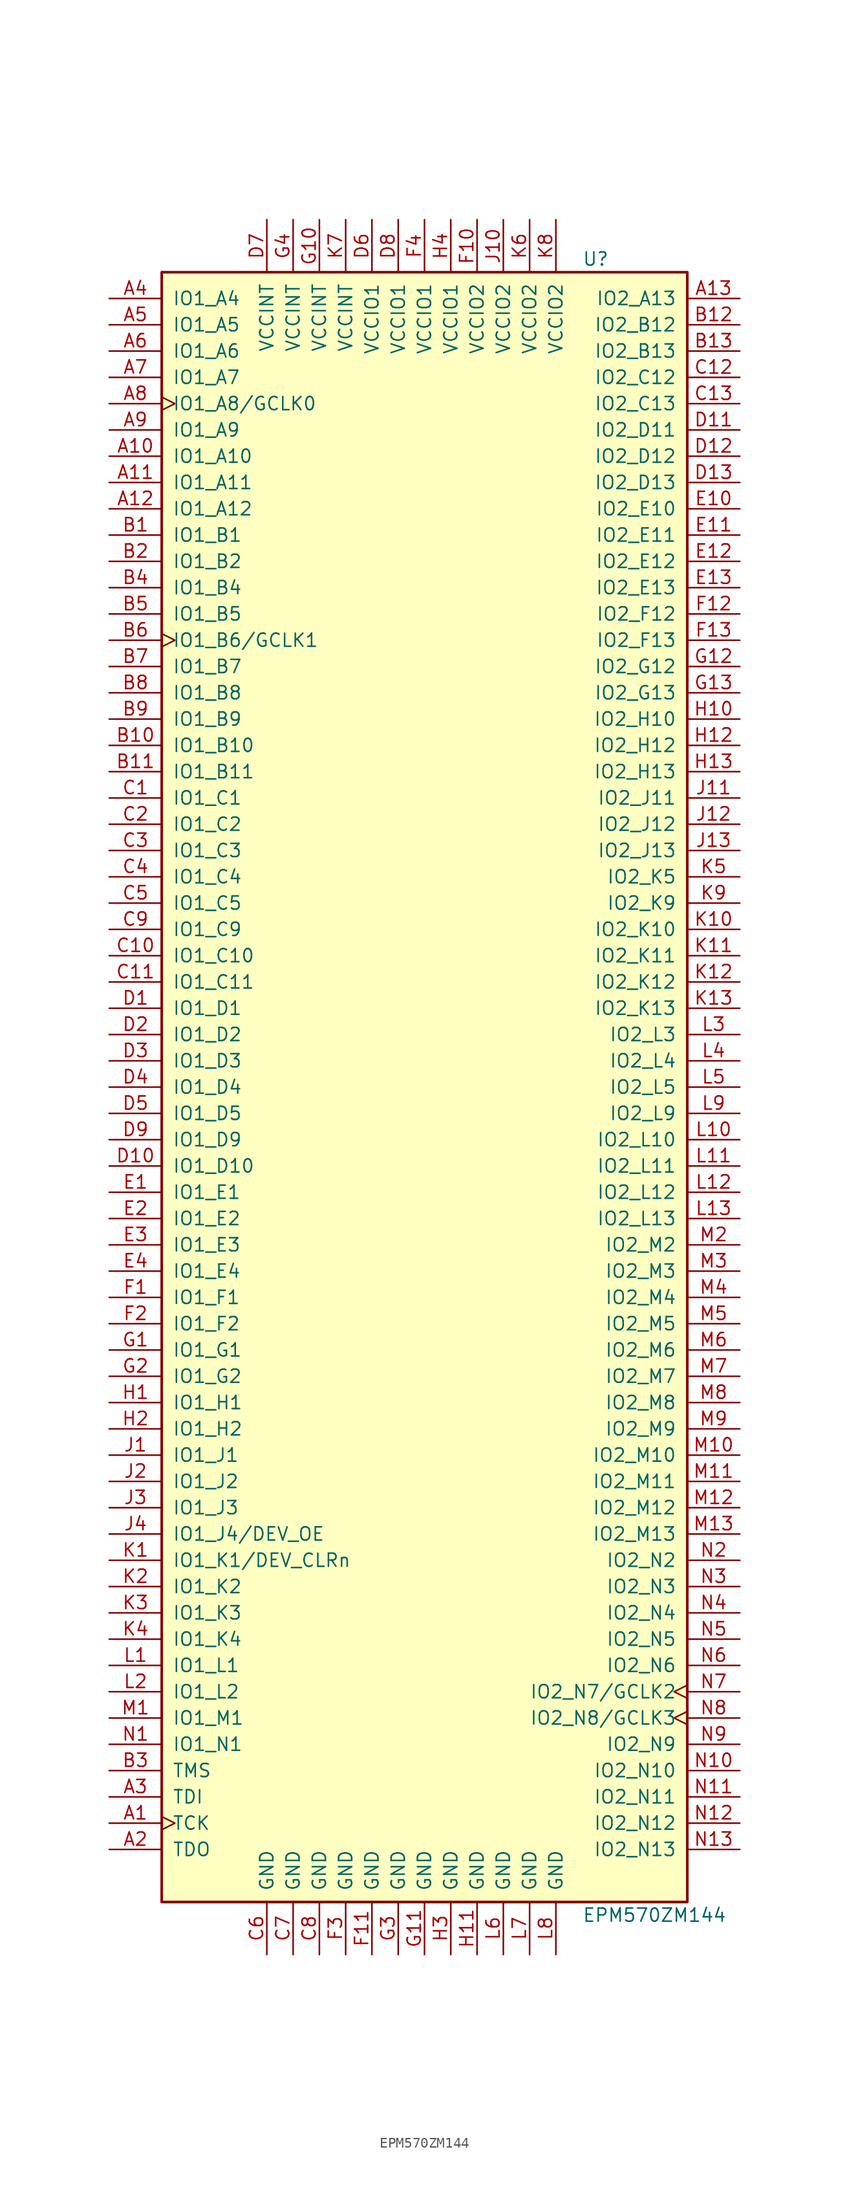
<source format=kicad_sym>
(kicad_symbol_lib
  (version 20241209)
  (generator "kicad_symbol_editor")
  (generator_version "9.0")
  (symbol "EPM570ZM144"
    (pin_names
      (offset 1.016))
    (property "Reference" "U"
      (at 15.24 80.01 0)
      (effects (font (size 1.27 1.27)) (justify left)))
    (property "Value" "EPM570ZM144"
      (at 15.24 -80.01 0)
      (effects (font (size 1.27 1.27)) (justify left)))
    (property "ki_locked" ""
      (at 0 0 0)
      (effects (font (size 1.27 1.27))))
    (symbol "EPM570ZM144_1_1"
      (rectangle (start -25.4 78.74) (end 25.4 -78.74) (stroke (width 0.254) (type default)) (fill (type background)))
      (pin bidirectional line (at -30.48 76.2 0) (length 5.08) (name "IO1_A4" (effects (font (size 1.27 1.27)))) (number "A4" (effects (font (size 1.27 1.27)))))
      (pin bidirectional line (at -30.48 73.66 0) (length 5.08) (name "IO1_A5" (effects (font (size 1.27 1.27)))) (number "A5" (effects (font (size 1.27 1.27)))))
      (pin bidirectional line (at -30.48 71.12 0) (length 5.08) (name "IO1_A6" (effects (font (size 1.27 1.27)))) (number "A6" (effects (font (size 1.27 1.27)))))
      (pin bidirectional line (at -30.48 68.58 0) (length 5.08) (name "IO1_A7" (effects (font (size 1.27 1.27)))) (number "A7" (effects (font (size 1.27 1.27)))))
      (pin bidirectional clock (at -30.48 66.04 0) (length 5.08) (name "IO1_A8/GCLK0" (effects (font (size 1.27 1.27)))) (number "A8" (effects (font (size 1.27 1.27)))))
      (pin bidirectional line (at -30.48 63.5 0) (length 5.08) (name "IO1_A9" (effects (font (size 1.27 1.27)))) (number "A9" (effects (font (size 1.27 1.27)))))
      (pin bidirectional line (at -30.48 60.96 0) (length 5.08) (name "IO1_A10" (effects (font (size 1.27 1.27)))) (number "A10" (effects (font (size 1.27 1.27)))))
      (pin bidirectional line (at -30.48 58.42 0) (length 5.08) (name "IO1_A11" (effects (font (size 1.27 1.27)))) (number "A11" (effects (font (size 1.27 1.27)))))
      (pin bidirectional line (at -30.48 55.88 0) (length 5.08) (name "IO1_A12" (effects (font (size 1.27 1.27)))) (number "A12" (effects (font (size 1.27 1.27)))))
      (pin bidirectional line (at -30.48 53.34 0) (length 5.08) (name "IO1_B1" (effects (font (size 1.27 1.27)))) (number "B1" (effects (font (size 1.27 1.27)))))
      (pin bidirectional line (at -30.48 50.8 0) (length 5.08) (name "IO1_B2" (effects (font (size 1.27 1.27)))) (number "B2" (effects (font (size 1.27 1.27)))))
      (pin bidirectional line (at -30.48 48.26 0) (length 5.08) (name "IO1_B4" (effects (font (size 1.27 1.27)))) (number "B4" (effects (font (size 1.27 1.27)))))
      (pin bidirectional line (at -30.48 45.72 0) (length 5.08) (name "IO1_B5" (effects (font (size 1.27 1.27)))) (number "B5" (effects (font (size 1.27 1.27)))))
      (pin bidirectional clock (at -30.48 43.18 0) (length 5.08) (name "IO1_B6/GCLK1" (effects (font (size 1.27 1.27)))) (number "B6" (effects (font (size 1.27 1.27)))))
      (pin bidirectional line (at -30.48 40.64 0) (length 5.08) (name "IO1_B7" (effects (font (size 1.27 1.27)))) (number "B7" (effects (font (size 1.27 1.27)))))
      (pin bidirectional line (at -30.48 38.1 0) (length 5.08) (name "IO1_B8" (effects (font (size 1.27 1.27)))) (number "B8" (effects (font (size 1.27 1.27)))))
      (pin bidirectional line (at -30.48 35.56 0) (length 5.08) (name "IO1_B9" (effects (font (size 1.27 1.27)))) (number "B9" (effects (font (size 1.27 1.27)))))
      (pin bidirectional line (at -30.48 33.02 0) (length 5.08) (name "IO1_B10" (effects (font (size 1.27 1.27)))) (number "B10" (effects (font (size 1.27 1.27)))))
      (pin bidirectional line (at -30.48 30.48 0) (length 5.08) (name "IO1_B11" (effects (font (size 1.27 1.27)))) (number "B11" (effects (font (size 1.27 1.27)))))
      (pin bidirectional line (at -30.48 27.94 0) (length 5.08) (name "IO1_C1" (effects (font (size 1.27 1.27)))) (number "C1" (effects (font (size 1.27 1.27)))))
      (pin bidirectional line (at -30.48 25.4 0) (length 5.08) (name "IO1_C2" (effects (font (size 1.27 1.27)))) (number "C2" (effects (font (size 1.27 1.27)))))
      (pin bidirectional line (at -30.48 22.86 0) (length 5.08) (name "IO1_C3" (effects (font (size 1.27 1.27)))) (number "C3" (effects (font (size 1.27 1.27)))))
      (pin bidirectional line (at -30.48 20.32 0) (length 5.08) (name "IO1_C4" (effects (font (size 1.27 1.27)))) (number "C4" (effects (font (size 1.27 1.27)))))
      (pin bidirectional line (at -30.48 17.78 0) (length 5.08) (name "IO1_C5" (effects (font (size 1.27 1.27)))) (number "C5" (effects (font (size 1.27 1.27)))))
      (pin bidirectional line (at -30.48 15.24 0) (length 5.08) (name "IO1_C9" (effects (font (size 1.27 1.27)))) (number "C9" (effects (font (size 1.27 1.27)))))
      (pin bidirectional line (at -30.48 12.7 0) (length 5.08) (name "IO1_C10" (effects (font (size 1.27 1.27)))) (number "C10" (effects (font (size 1.27 1.27)))))
      (pin bidirectional line (at -30.48 10.16 0) (length 5.08) (name "IO1_C11" (effects (font (size 1.27 1.27)))) (number "C11" (effects (font (size 1.27 1.27)))))
      (pin bidirectional line (at -30.48 7.62 0) (length 5.08) (name "IO1_D1" (effects (font (size 1.27 1.27)))) (number "D1" (effects (font (size 1.27 1.27)))))
      (pin bidirectional line (at -30.48 5.08 0) (length 5.08) (name "IO1_D2" (effects (font (size 1.27 1.27)))) (number "D2" (effects (font (size 1.27 1.27)))))
      (pin bidirectional line (at -30.48 2.54 0) (length 5.08) (name "IO1_D3" (effects (font (size 1.27 1.27)))) (number "D3" (effects (font (size 1.27 1.27)))))
      (pin bidirectional line (at -30.48 0 0) (length 5.08) (name "IO1_D4" (effects (font (size 1.27 1.27)))) (number "D4" (effects (font (size 1.27 1.27)))))
      (pin bidirectional line (at -30.48 -2.54 0) (length 5.08) (name "IO1_D5" (effects (font (size 1.27 1.27)))) (number "D5" (effects (font (size 1.27 1.27)))))
      (pin bidirectional line (at -30.48 -5.08 0) (length 5.08) (name "IO1_D9" (effects (font (size 1.27 1.27)))) (number "D9" (effects (font (size 1.27 1.27)))))
      (pin bidirectional line (at -30.48 -7.62 0) (length 5.08) (name "IO1_D10" (effects (font (size 1.27 1.27)))) (number "D10" (effects (font (size 1.27 1.27)))))
      (pin bidirectional line (at -30.48 -10.16 0) (length 5.08) (name "IO1_E1" (effects (font (size 1.27 1.27)))) (number "E1" (effects (font (size 1.27 1.27)))))
      (pin bidirectional line (at -30.48 -12.7 0) (length 5.08) (name "IO1_E2" (effects (font (size 1.27 1.27)))) (number "E2" (effects (font (size 1.27 1.27)))))
      (pin bidirectional line (at -30.48 -15.24 0) (length 5.08) (name "IO1_E3" (effects (font (size 1.27 1.27)))) (number "E3" (effects (font (size 1.27 1.27)))))
      (pin bidirectional line (at -30.48 -17.78 0) (length 5.08) (name "IO1_E4" (effects (font (size 1.27 1.27)))) (number "E4" (effects (font (size 1.27 1.27)))))
      (pin bidirectional line (at -30.48 -20.32 0) (length 5.08) (name "IO1_F1" (effects (font (size 1.27 1.27)))) (number "F1" (effects (font (size 1.27 1.27)))))
      (pin bidirectional line (at -30.48 -22.86 0) (length 5.08) (name "IO1_F2" (effects (font (size 1.27 1.27)))) (number "F2" (effects (font (size 1.27 1.27)))))
      (pin bidirectional line (at -30.48 -25.4 0) (length 5.08) (name "IO1_G1" (effects (font (size 1.27 1.27)))) (number "G1" (effects (font (size 1.27 1.27)))))
      (pin bidirectional line (at -30.48 -27.94 0) (length 5.08) (name "IO1_G2" (effects (font (size 1.27 1.27)))) (number "G2" (effects (font (size 1.27 1.27)))))
      (pin bidirectional line (at -30.48 -30.48 0) (length 5.08) (name "IO1_H1" (effects (font (size 1.27 1.27)))) (number "H1" (effects (font (size 1.27 1.27)))))
      (pin bidirectional line (at -30.48 -33.02 0) (length 5.08) (name "IO1_H2" (effects (font (size 1.27 1.27)))) (number "H2" (effects (font (size 1.27 1.27)))))
      (pin bidirectional line (at -30.48 -35.56 0) (length 5.08) (name "IO1_J1" (effects (font (size 1.27 1.27)))) (number "J1" (effects (font (size 1.27 1.27)))))
      (pin bidirectional line (at -30.48 -38.1 0) (length 5.08) (name "IO1_J2" (effects (font (size 1.27 1.27)))) (number "J2" (effects (font (size 1.27 1.27)))))
      (pin bidirectional line (at -30.48 -40.64 0) (length 5.08) (name "IO1_J3" (effects (font (size 1.27 1.27)))) (number "J3" (effects (font (size 1.27 1.27)))))
      (pin bidirectional line (at -30.48 -43.18 0) (length 5.08) (name "IO1_J4/DEV_OE" (effects (font (size 1.27 1.27)))) (number "J4" (effects (font (size 1.27 1.27)))))
      (pin bidirectional line (at -30.48 -45.72 0) (length 5.08) (name "IO1_K1/DEV_CLRn" (effects (font (size 1.27 1.27)))) (number "K1" (effects (font (size 1.27 1.27)))))
      (pin bidirectional line (at -30.48 -48.26 0) (length 5.08) (name "IO1_K2" (effects (font (size 1.27 1.27)))) (number "K2" (effects (font (size 1.27 1.27)))))
      (pin bidirectional line (at -30.48 -50.8 0) (length 5.08) (name "IO1_K3" (effects (font (size 1.27 1.27)))) (number "K3" (effects (font (size 1.27 1.27)))))
      (pin bidirectional line (at -30.48 -53.34 0) (length 5.08) (name "IO1_K4" (effects (font (size 1.27 1.27)))) (number "K4" (effects (font (size 1.27 1.27)))))
      (pin bidirectional line (at -30.48 -55.88 0) (length 5.08) (name "IO1_L1" (effects (font (size 1.27 1.27)))) (number "L1" (effects (font (size 1.27 1.27)))))
      (pin bidirectional line (at -30.48 -58.42 0) (length 5.08) (name "IO1_L2" (effects (font (size 1.27 1.27)))) (number "L2" (effects (font (size 1.27 1.27)))))
      (pin bidirectional line (at -30.48 -60.96 0) (length 5.08) (name "IO1_M1" (effects (font (size 1.27 1.27)))) (number "M1" (effects (font (size 1.27 1.27)))))
      (pin bidirectional line (at -30.48 -63.5 0) (length 5.08) (name "IO1_N1" (effects (font (size 1.27 1.27)))) (number "N1" (effects (font (size 1.27 1.27)))))
      (pin input line (at -30.48 -66.04 0) (length 5.08) (name "TMS" (effects (font (size 1.27 1.27)))) (number "B3" (effects (font (size 1.27 1.27)))))
      (pin input line (at -30.48 -68.58 0) (length 5.08) (name "TDI" (effects (font (size 1.27 1.27)))) (number "A3" (effects (font (size 1.27 1.27)))))
      (pin input clock (at -30.48 -71.12 0) (length 5.08) (name "TCK" (effects (font (size 1.27 1.27)))) (number "A1" (effects (font (size 1.27 1.27)))))
      (pin output line (at -30.48 -73.66 0) (length 5.08) (name "TDO" (effects (font (size 1.27 1.27)))) (number "A2" (effects (font (size 1.27 1.27)))))
      (pin power_in line (at -15.24 83.82 270) (length 5.08) (name "VCCINT" (effects (font (size 1.27 1.27)))) (number "D7" (effects (font (size 1.27 1.27)))))
      (pin power_in line (at -15.24 -83.82 90) (length 5.08) (name "GND" (effects (font (size 1.27 1.27)))) (number "C6" (effects (font (size 1.27 1.27)))))
      (pin power_in line (at -12.7 83.82 270) (length 5.08) (name "VCCINT" (effects (font (size 1.27 1.27)))) (number "G4" (effects (font (size 1.27 1.27)))))
      (pin power_in line (at -12.7 -83.82 90) (length 5.08) (name "GND" (effects (font (size 1.27 1.27)))) (number "C7" (effects (font (size 1.27 1.27)))))
      (pin power_in line (at -10.16 83.82 270) (length 5.08) (name "VCCINT" (effects (font (size 1.27 1.27)))) (number "G10" (effects (font (size 1.27 1.27)))))
      (pin power_in line (at -10.16 -83.82 90) (length 5.08) (name "GND" (effects (font (size 1.27 1.27)))) (number "C8" (effects (font (size 1.27 1.27)))))
      (pin power_in line (at -7.62 83.82 270) (length 5.08) (name "VCCINT" (effects (font (size 1.27 1.27)))) (number "K7" (effects (font (size 1.27 1.27)))))
      (pin power_in line (at -7.62 -83.82 90) (length 5.08) (name "GND" (effects (font (size 1.27 1.27)))) (number "F3" (effects (font (size 1.27 1.27)))))
      (pin power_in line (at -5.08 83.82 270) (length 5.08) (name "VCCIO1" (effects (font (size 1.27 1.27)))) (number "D6" (effects (font (size 1.27 1.27)))))
      (pin power_in line (at -5.08 -83.82 90) (length 5.08) (name "GND" (effects (font (size 1.27 1.27)))) (number "F11" (effects (font (size 1.27 1.27)))))
      (pin power_in line (at -2.54 83.82 270) (length 5.08) (name "VCCIO1" (effects (font (size 1.27 1.27)))) (number "D8" (effects (font (size 1.27 1.27)))))
      (pin power_in line (at -2.54 -83.82 90) (length 5.08) (name "GND" (effects (font (size 1.27 1.27)))) (number "G3" (effects (font (size 1.27 1.27)))))
      (pin power_in line (at 0 83.82 270) (length 5.08) (name "VCCIO1" (effects (font (size 1.27 1.27)))) (number "F4" (effects (font (size 1.27 1.27)))))
      (pin power_in line (at 0 -83.82 90) (length 5.08) (name "GND" (effects (font (size 1.27 1.27)))) (number "G11" (effects (font (size 1.27 1.27)))))
      (pin power_in line (at 2.54 83.82 270) (length 5.08) (name "VCCIO1" (effects (font (size 1.27 1.27)))) (number "H4" (effects (font (size 1.27 1.27)))))
      (pin power_in line (at 2.54 -83.82 90) (length 5.08) (name "GND" (effects (font (size 1.27 1.27)))) (number "H3" (effects (font (size 1.27 1.27)))))
      (pin power_in line (at 5.08 83.82 270) (length 5.08) (name "VCCIO2" (effects (font (size 1.27 1.27)))) (number "F10" (effects (font (size 1.27 1.27)))))
      (pin power_in line (at 5.08 -83.82 90) (length 5.08) (name "GND" (effects (font (size 1.27 1.27)))) (number "H11" (effects (font (size 1.27 1.27)))))
      (pin power_in line (at 7.62 83.82 270) (length 5.08) (name "VCCIO2" (effects (font (size 1.27 1.27)))) (number "J10" (effects (font (size 1.27 1.27)))))
      (pin power_in line (at 7.62 -83.82 90) (length 5.08) (name "GND" (effects (font (size 1.27 1.27)))) (number "L6" (effects (font (size 1.27 1.27)))))
      (pin power_in line (at 10.16 83.82 270) (length 5.08) (name "VCCIO2" (effects (font (size 1.27 1.27)))) (number "K6" (effects (font (size 1.27 1.27)))))
      (pin power_in line (at 10.16 -83.82 90) (length 5.08) (name "GND" (effects (font (size 1.27 1.27)))) (number "L7" (effects (font (size 1.27 1.27)))))
      (pin power_in line (at 12.7 83.82 270) (length 5.08) (name "VCCIO2" (effects (font (size 1.27 1.27)))) (number "K8" (effects (font (size 1.27 1.27)))))
      (pin power_in line (at 12.7 -83.82 90) (length 5.08) (name "GND" (effects (font (size 1.27 1.27)))) (number "L8" (effects (font (size 1.27 1.27)))))
      (pin bidirectional line (at 30.48 76.2 180) (length 5.08) (name "IO2_A13" (effects (font (size 1.27 1.27)))) (number "A13" (effects (font (size 1.27 1.27)))))
      (pin bidirectional line (at 30.48 73.66 180) (length 5.08) (name "IO2_B12" (effects (font (size 1.27 1.27)))) (number "B12" (effects (font (size 1.27 1.27)))))
      (pin bidirectional line (at 30.48 71.12 180) (length 5.08) (name "IO2_B13" (effects (font (size 1.27 1.27)))) (number "B13" (effects (font (size 1.27 1.27)))))
      (pin bidirectional line (at 30.48 68.58 180) (length 5.08) (name "IO2_C12" (effects (font (size 1.27 1.27)))) (number "C12" (effects (font (size 1.27 1.27)))))
      (pin bidirectional line (at 30.48 66.04 180) (length 5.08) (name "IO2_C13" (effects (font (size 1.27 1.27)))) (number "C13" (effects (font (size 1.27 1.27)))))
      (pin bidirectional line (at 30.48 63.5 180) (length 5.08) (name "IO2_D11" (effects (font (size 1.27 1.27)))) (number "D11" (effects (font (size 1.27 1.27)))))
      (pin bidirectional line (at 30.48 60.96 180) (length 5.08) (name "IO2_D12" (effects (font (size 1.27 1.27)))) (number "D12" (effects (font (size 1.27 1.27)))))
      (pin bidirectional line (at 30.48 58.42 180) (length 5.08) (name "IO2_D13" (effects (font (size 1.27 1.27)))) (number "D13" (effects (font (size 1.27 1.27)))))
      (pin bidirectional line (at 30.48 55.88 180) (length 5.08) (name "IO2_E10" (effects (font (size 1.27 1.27)))) (number "E10" (effects (font (size 1.27 1.27)))))
      (pin bidirectional line (at 30.48 53.34 180) (length 5.08) (name "IO2_E11" (effects (font (size 1.27 1.27)))) (number "E11" (effects (font (size 1.27 1.27)))))
      (pin bidirectional line (at 30.48 50.8 180) (length 5.08) (name "IO2_E12" (effects (font (size 1.27 1.27)))) (number "E12" (effects (font (size 1.27 1.27)))))
      (pin bidirectional line (at 30.48 48.26 180) (length 5.08) (name "IO2_E13" (effects (font (size 1.27 1.27)))) (number "E13" (effects (font (size 1.27 1.27)))))
      (pin bidirectional line (at 30.48 45.72 180) (length 5.08) (name "IO2_F12" (effects (font (size 1.27 1.27)))) (number "F12" (effects (font (size 1.27 1.27)))))
      (pin bidirectional line (at 30.48 43.18 180) (length 5.08) (name "IO2_F13" (effects (font (size 1.27 1.27)))) (number "F13" (effects (font (size 1.27 1.27)))))
      (pin bidirectional line (at 30.48 40.64 180) (length 5.08) (name "IO2_G12" (effects (font (size 1.27 1.27)))) (number "G12" (effects (font (size 1.27 1.27)))))
      (pin bidirectional line (at 30.48 38.1 180) (length 5.08) (name "IO2_G13" (effects (font (size 1.27 1.27)))) (number "G13" (effects (font (size 1.27 1.27)))))
      (pin bidirectional line (at 30.48 35.56 180) (length 5.08) (name "IO2_H10" (effects (font (size 1.27 1.27)))) (number "H10" (effects (font (size 1.27 1.27)))))
      (pin bidirectional line (at 30.48 33.02 180) (length 5.08) (name "IO2_H12" (effects (font (size 1.27 1.27)))) (number "H12" (effects (font (size 1.27 1.27)))))
      (pin bidirectional line (at 30.48 30.48 180) (length 5.08) (name "IO2_H13" (effects (font (size 1.27 1.27)))) (number "H13" (effects (font (size 1.27 1.27)))))
      (pin bidirectional line (at 30.48 27.94 180) (length 5.08) (name "IO2_J11" (effects (font (size 1.27 1.27)))) (number "J11" (effects (font (size 1.27 1.27)))))
      (pin bidirectional line (at 30.48 25.4 180) (length 5.08) (name "IO2_J12" (effects (font (size 1.27 1.27)))) (number "J12" (effects (font (size 1.27 1.27)))))
      (pin bidirectional line (at 30.48 22.86 180) (length 5.08) (name "IO2_J13" (effects (font (size 1.27 1.27)))) (number "J13" (effects (font (size 1.27 1.27)))))
      (pin bidirectional line (at 30.48 20.32 180) (length 5.08) (name "IO2_K5" (effects (font (size 1.27 1.27)))) (number "K5" (effects (font (size 1.27 1.27)))))
      (pin bidirectional line (at 30.48 17.78 180) (length 5.08) (name "IO2_K9" (effects (font (size 1.27 1.27)))) (number "K9" (effects (font (size 1.27 1.27)))))
      (pin bidirectional line (at 30.48 15.24 180) (length 5.08) (name "IO2_K10" (effects (font (size 1.27 1.27)))) (number "K10" (effects (font (size 1.27 1.27)))))
      (pin bidirectional line (at 30.48 12.7 180) (length 5.08) (name "IO2_K11" (effects (font (size 1.27 1.27)))) (number "K11" (effects (font (size 1.27 1.27)))))
      (pin bidirectional line (at 30.48 10.16 180) (length 5.08) (name "IO2_K12" (effects (font (size 1.27 1.27)))) (number "K12" (effects (font (size 1.27 1.27)))))
      (pin bidirectional line (at 30.48 7.62 180) (length 5.08) (name "IO2_K13" (effects (font (size 1.27 1.27)))) (number "K13" (effects (font (size 1.27 1.27)))))
      (pin bidirectional line (at 30.48 5.08 180) (length 5.08) (name "IO2_L3" (effects (font (size 1.27 1.27)))) (number "L3" (effects (font (size 1.27 1.27)))))
      (pin bidirectional line (at 30.48 2.54 180) (length 5.08) (name "IO2_L4" (effects (font (size 1.27 1.27)))) (number "L4" (effects (font (size 1.27 1.27)))))
      (pin bidirectional line (at 30.48 0 180) (length 5.08) (name "IO2_L5" (effects (font (size 1.27 1.27)))) (number "L5" (effects (font (size 1.27 1.27)))))
      (pin bidirectional line (at 30.48 -2.54 180) (length 5.08) (name "IO2_L9" (effects (font (size 1.27 1.27)))) (number "L9" (effects (font (size 1.27 1.27)))))
      (pin bidirectional line (at 30.48 -5.08 180) (length 5.08) (name "IO2_L10" (effects (font (size 1.27 1.27)))) (number "L10" (effects (font (size 1.27 1.27)))))
      (pin bidirectional line (at 30.48 -7.62 180) (length 5.08) (name "IO2_L11" (effects (font (size 1.27 1.27)))) (number "L11" (effects (font (size 1.27 1.27)))))
      (pin bidirectional line (at 30.48 -10.16 180) (length 5.08) (name "IO2_L12" (effects (font (size 1.27 1.27)))) (number "L12" (effects (font (size 1.27 1.27)))))
      (pin bidirectional line (at 30.48 -12.7 180) (length 5.08) (name "IO2_L13" (effects (font (size 1.27 1.27)))) (number "L13" (effects (font (size 1.27 1.27)))))
      (pin bidirectional line (at 30.48 -15.24 180) (length 5.08) (name "IO2_M2" (effects (font (size 1.27 1.27)))) (number "M2" (effects (font (size 1.27 1.27)))))
      (pin bidirectional line (at 30.48 -17.78 180) (length 5.08) (name "IO2_M3" (effects (font (size 1.27 1.27)))) (number "M3" (effects (font (size 1.27 1.27)))))
      (pin bidirectional line (at 30.48 -20.32 180) (length 5.08) (name "IO2_M4" (effects (font (size 1.27 1.27)))) (number "M4" (effects (font (size 1.27 1.27)))))
      (pin bidirectional line (at 30.48 -22.86 180) (length 5.08) (name "IO2_M5" (effects (font (size 1.27 1.27)))) (number "M5" (effects (font (size 1.27 1.27)))))
      (pin bidirectional line (at 30.48 -25.4 180) (length 5.08) (name "IO2_M6" (effects (font (size 1.27 1.27)))) (number "M6" (effects (font (size 1.27 1.27)))))
      (pin bidirectional line (at 30.48 -27.94 180) (length 5.08) (name "IO2_M7" (effects (font (size 1.27 1.27)))) (number "M7" (effects (font (size 1.27 1.27)))))
      (pin bidirectional line (at 30.48 -30.48 180) (length 5.08) (name "IO2_M8" (effects (font (size 1.27 1.27)))) (number "M8" (effects (font (size 1.27 1.27)))))
      (pin bidirectional line (at 30.48 -33.02 180) (length 5.08) (name "IO2_M9" (effects (font (size 1.27 1.27)))) (number "M9" (effects (font (size 1.27 1.27)))))
      (pin bidirectional line (at 30.48 -35.56 180) (length 5.08) (name "IO2_M10" (effects (font (size 1.27 1.27)))) (number "M10" (effects (font (size 1.27 1.27)))))
      (pin bidirectional line (at 30.48 -38.1 180) (length 5.08) (name "IO2_M11" (effects (font (size 1.27 1.27)))) (number "M11" (effects (font (size 1.27 1.27)))))
      (pin bidirectional line (at 30.48 -40.64 180) (length 5.08) (name "IO2_M12" (effects (font (size 1.27 1.27)))) (number "M12" (effects (font (size 1.27 1.27)))))
      (pin bidirectional line (at 30.48 -43.18 180) (length 5.08) (name "IO2_M13" (effects (font (size 1.27 1.27)))) (number "M13" (effects (font (size 1.27 1.27)))))
      (pin bidirectional line (at 30.48 -45.72 180) (length 5.08) (name "IO2_N2" (effects (font (size 1.27 1.27)))) (number "N2" (effects (font (size 1.27 1.27)))))
      (pin bidirectional line (at 30.48 -48.26 180) (length 5.08) (name "IO2_N3" (effects (font (size 1.27 1.27)))) (number "N3" (effects (font (size 1.27 1.27)))))
      (pin bidirectional line (at 30.48 -50.8 180) (length 5.08) (name "IO2_N4" (effects (font (size 1.27 1.27)))) (number "N4" (effects (font (size 1.27 1.27)))))
      (pin bidirectional line (at 30.48 -53.34 180) (length 5.08) (name "IO2_N5" (effects (font (size 1.27 1.27)))) (number "N5" (effects (font (size 1.27 1.27)))))
      (pin bidirectional line (at 30.48 -55.88 180) (length 5.08) (name "IO2_N6" (effects (font (size 1.27 1.27)))) (number "N6" (effects (font (size 1.27 1.27)))))
      (pin bidirectional clock (at 30.48 -58.42 180) (length 5.08) (name "IO2_N7/GCLK2" (effects (font (size 1.27 1.27)))) (number "N7" (effects (font (size 1.27 1.27)))))
      (pin bidirectional clock (at 30.48 -60.96 180) (length 5.08) (name "IO2_N8/GCLK3" (effects (font (size 1.27 1.27)))) (number "N8" (effects (font (size 1.27 1.27)))))
      (pin bidirectional line (at 30.48 -63.5 180) (length 5.08) (name "IO2_N9" (effects (font (size 1.27 1.27)))) (number "N9" (effects (font (size 1.27 1.27)))))
      (pin bidirectional line (at 30.48 -66.04 180) (length 5.08) (name "IO2_N10" (effects (font (size 1.27 1.27)))) (number "N10" (effects (font (size 1.27 1.27)))))
      (pin bidirectional line (at 30.48 -68.58 180) (length 5.08) (name "IO2_N11" (effects (font (size 1.27 1.27)))) (number "N11" (effects (font (size 1.27 1.27)))))
      (pin bidirectional line (at 30.48 -71.12 180) (length 5.08) (name "IO2_N12" (effects (font (size 1.27 1.27)))) (number "N12" (effects (font (size 1.27 1.27)))))
      (pin bidirectional line (at 30.48 -73.66 180) (length 5.08) (name "IO2_N13" (effects (font (size 1.27 1.27)))) (number "N13" (effects (font (size 1.27 1.27))))))))
</source>
